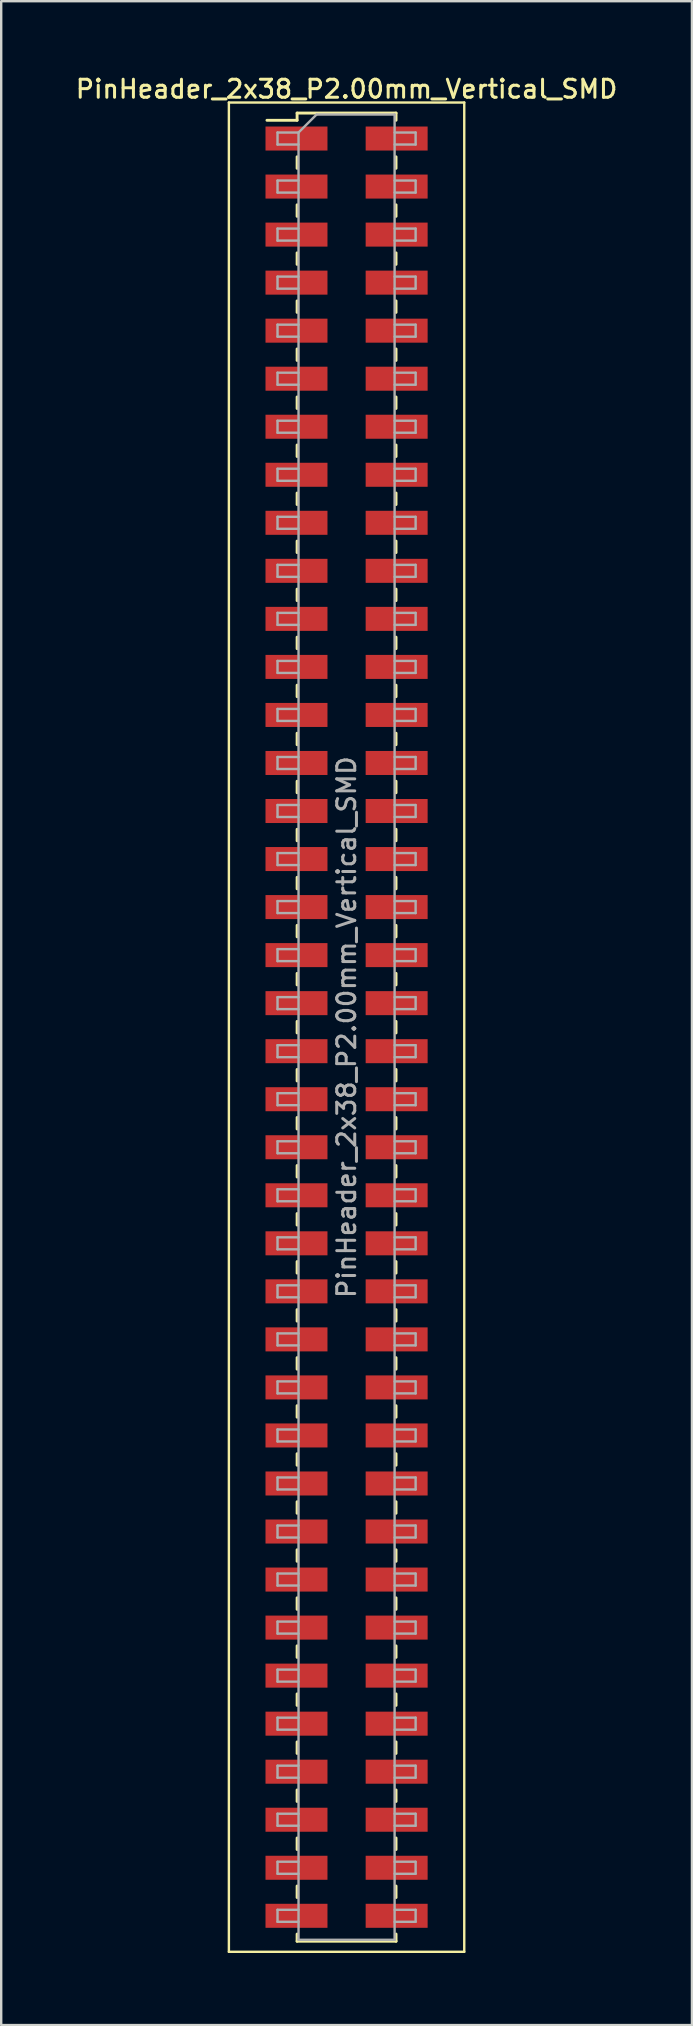
<source format=kicad_pcb>
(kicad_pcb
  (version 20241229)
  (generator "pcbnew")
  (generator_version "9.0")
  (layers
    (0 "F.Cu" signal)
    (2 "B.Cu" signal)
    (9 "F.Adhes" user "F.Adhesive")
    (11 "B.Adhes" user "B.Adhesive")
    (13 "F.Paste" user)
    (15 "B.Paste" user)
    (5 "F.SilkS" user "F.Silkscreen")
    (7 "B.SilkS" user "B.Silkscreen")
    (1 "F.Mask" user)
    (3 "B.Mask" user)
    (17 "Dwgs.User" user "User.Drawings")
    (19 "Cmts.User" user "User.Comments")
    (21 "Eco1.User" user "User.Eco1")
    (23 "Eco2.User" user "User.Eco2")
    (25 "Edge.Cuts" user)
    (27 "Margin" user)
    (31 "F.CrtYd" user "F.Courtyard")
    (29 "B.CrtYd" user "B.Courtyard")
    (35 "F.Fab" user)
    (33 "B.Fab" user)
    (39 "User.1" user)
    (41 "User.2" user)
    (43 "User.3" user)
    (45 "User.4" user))
  (footprint "PinHeader_2x38_P2.00mm_Vertical_SMD"
    (layer "F.Cu")
    (at 11.38 39.718)
    (property "Reference" "PinHeader_2x38_P2.00mm_Vertical_SMD" (at 0 -39.06 0) (layer "F.SilkS") (effects (font (size 0.75 0.75) (thickness 0.125))))
    (attr smd)
    (fp_line (start -4.9 -38.5) (end -4.9 38.5) (stroke (width 0.1) (type solid)) (layer "F.SilkS"))
    (fp_line (start -4.9 38.5) (end 4.9 38.5) (stroke (width 0.1) (type solid)) (layer "F.SilkS"))
    (fp_line (start -3.315 -37.76) (end -2.06 -37.76) (stroke (width 0.12) (type solid)) (layer "F.SilkS"))
    (fp_line (start -2.06 -38.06) (end -2.06 -37.76) (stroke (width 0.12) (type solid)) (layer "F.SilkS"))
    (fp_line (start -2.06 -38.06) (end 2.06 -38.06) (stroke (width 0.12) (type solid)) (layer "F.SilkS"))
    (fp_line (start -2.06 -36.24) (end -2.06 -35.76) (stroke (width 0.12) (type solid)) (layer "F.SilkS"))
    (fp_line (start -2.06 -34.24) (end -2.06 -33.76) (stroke (width 0.12) (type solid)) (layer "F.SilkS"))
    (fp_line (start -2.06 -32.24) (end -2.06 -31.76) (stroke (width 0.12) (type solid)) (layer "F.SilkS"))
    (fp_line (start -2.06 -30.24) (end -2.06 -29.76) (stroke (width 0.12) (type solid)) (layer "F.SilkS"))
    (fp_line (start -2.06 -28.24) (end -2.06 -27.76) (stroke (width 0.12) (type solid)) (layer "F.SilkS"))
    (fp_line (start -2.06 -26.24) (end -2.06 -25.76) (stroke (width 0.12) (type solid)) (layer "F.SilkS"))
    (fp_line (start -2.06 -24.24) (end -2.06 -23.76) (stroke (width 0.12) (type solid)) (layer "F.SilkS"))
    (fp_line (start -2.06 -22.24) (end -2.06 -21.76) (stroke (width 0.12) (type solid)) (layer "F.SilkS"))
    (fp_line (start -2.06 -20.24) (end -2.06 -19.76) (stroke (width 0.12) (type solid)) (layer "F.SilkS"))
    (fp_line (start -2.06 -18.24) (end -2.06 -17.76) (stroke (width 0.12) (type solid)) (layer "F.SilkS"))
    (fp_line (start -2.06 -16.24) (end -2.06 -15.76) (stroke (width 0.12) (type solid)) (layer "F.SilkS"))
    (fp_line (start -2.06 -14.24) (end -2.06 -13.76) (stroke (width 0.12) (type solid)) (layer "F.SilkS"))
    (fp_line (start -2.06 -12.24) (end -2.06 -11.76) (stroke (width 0.12) (type solid)) (layer "F.SilkS"))
    (fp_line (start -2.06 -10.24) (end -2.06 -9.76) (stroke (width 0.12) (type solid)) (layer "F.SilkS"))
    (fp_line (start -2.06 -8.24) (end -2.06 -7.76) (stroke (width 0.12) (type solid)) (layer "F.SilkS"))
    (fp_line (start -2.06 -6.24) (end -2.06 -5.76) (stroke (width 0.12) (type solid)) (layer "F.SilkS"))
    (fp_line (start -2.06 -4.24) (end -2.06 -3.76) (stroke (width 0.12) (type solid)) (layer "F.SilkS"))
    (fp_line (start -2.06 -2.24) (end -2.06 -1.76) (stroke (width 0.12) (type solid)) (layer "F.SilkS"))
    (fp_line (start -2.06 -0.24) (end -2.06 0.24) (stroke (width 0.12) (type solid)) (layer "F.SilkS"))
    (fp_line (start -2.06 1.76) (end -2.06 2.24) (stroke (width 0.12) (type solid)) (layer "F.SilkS"))
    (fp_line (start -2.06 3.76) (end -2.06 4.24) (stroke (width 0.12) (type solid)) (layer "F.SilkS"))
    (fp_line (start -2.06 5.76) (end -2.06 6.24) (stroke (width 0.12) (type solid)) (layer "F.SilkS"))
    (fp_line (start -2.06 7.76) (end -2.06 8.24) (stroke (width 0.12) (type solid)) (layer "F.SilkS"))
    (fp_line (start -2.06 9.76) (end -2.06 10.24) (stroke (width 0.12) (type solid)) (layer "F.SilkS"))
    (fp_line (start -2.06 11.76) (end -2.06 12.24) (stroke (width 0.12) (type solid)) (layer "F.SilkS"))
    (fp_line (start -2.06 13.76) (end -2.06 14.24) (stroke (width 0.12) (type solid)) (layer "F.SilkS"))
    (fp_line (start -2.06 15.76) (end -2.06 16.24) (stroke (width 0.12) (type solid)) (layer "F.SilkS"))
    (fp_line (start -2.06 17.76) (end -2.06 18.24) (stroke (width 0.12) (type solid)) (layer "F.SilkS"))
    (fp_line (start -2.06 19.76) (end -2.06 20.24) (stroke (width 0.12) (type solid)) (layer "F.SilkS"))
    (fp_line (start -2.06 21.76) (end -2.06 22.24) (stroke (width 0.12) (type solid)) (layer "F.SilkS"))
    (fp_line (start -2.06 23.76) (end -2.06 24.24) (stroke (width 0.12) (type solid)) (layer "F.SilkS"))
    (fp_line (start -2.06 25.76) (end -2.06 26.24) (stroke (width 0.12) (type solid)) (layer "F.SilkS"))
    (fp_line (start -2.06 27.76) (end -2.06 28.24) (stroke (width 0.12) (type solid)) (layer "F.SilkS"))
    (fp_line (start -2.06 29.76) (end -2.06 30.24) (stroke (width 0.12) (type solid)) (layer "F.SilkS"))
    (fp_line (start -2.06 31.76) (end -2.06 32.24) (stroke (width 0.12) (type solid)) (layer "F.SilkS"))
    (fp_line (start -2.06 33.76) (end -2.06 34.24) (stroke (width 0.12) (type solid)) (layer "F.SilkS"))
    (fp_line (start -2.06 35.76) (end -2.06 36.24) (stroke (width 0.12) (type solid)) (layer "F.SilkS"))
    (fp_line (start -2.06 37.76) (end -2.06 38.06) (stroke (width 0.12) (type solid)) (layer "F.SilkS"))
    (fp_line (start -2.06 38.06) (end 2.06 38.06) (stroke (width 0.12) (type solid)) (layer "F.SilkS"))
    (fp_line (start 2.06 -38.06) (end 2.06 -37.76) (stroke (width 0.12) (type solid)) (layer "F.SilkS"))
    (fp_line (start 2.06 -36.24) (end 2.06 -35.76) (stroke (width 0.12) (type solid)) (layer "F.SilkS"))
    (fp_line (start 2.06 -34.24) (end 2.06 -33.76) (stroke (width 0.12) (type solid)) (layer "F.SilkS"))
    (fp_line (start 2.06 -32.24) (end 2.06 -31.76) (stroke (width 0.12) (type solid)) (layer "F.SilkS"))
    (fp_line (start 2.06 -30.24) (end 2.06 -29.76) (stroke (width 0.12) (type solid)) (layer "F.SilkS"))
    (fp_line (start 2.06 -28.24) (end 2.06 -27.76) (stroke (width 0.12) (type solid)) (layer "F.SilkS"))
    (fp_line (start 2.06 -26.24) (end 2.06 -25.76) (stroke (width 0.12) (type solid)) (layer "F.SilkS"))
    (fp_line (start 2.06 -24.24) (end 2.06 -23.76) (stroke (width 0.12) (type solid)) (layer "F.SilkS"))
    (fp_line (start 2.06 -22.24) (end 2.06 -21.76) (stroke (width 0.12) (type solid)) (layer "F.SilkS"))
    (fp_line (start 2.06 -20.24) (end 2.06 -19.76) (stroke (width 0.12) (type solid)) (layer "F.SilkS"))
    (fp_line (start 2.06 -18.24) (end 2.06 -17.76) (stroke (width 0.12) (type solid)) (layer "F.SilkS"))
    (fp_line (start 2.06 -16.24) (end 2.06 -15.76) (stroke (width 0.12) (type solid)) (layer "F.SilkS"))
    (fp_line (start 2.06 -14.24) (end 2.06 -13.76) (stroke (width 0.12) (type solid)) (layer "F.SilkS"))
    (fp_line (start 2.06 -12.24) (end 2.06 -11.76) (stroke (width 0.12) (type solid)) (layer "F.SilkS"))
    (fp_line (start 2.06 -10.24) (end 2.06 -9.76) (stroke (width 0.12) (type solid)) (layer "F.SilkS"))
    (fp_line (start 2.06 -8.24) (end 2.06 -7.76) (stroke (width 0.12) (type solid)) (layer "F.SilkS"))
    (fp_line (start 2.06 -6.24) (end 2.06 -5.76) (stroke (width 0.12) (type solid)) (layer "F.SilkS"))
    (fp_line (start 2.06 -4.24) (end 2.06 -3.76) (stroke (width 0.12) (type solid)) (layer "F.SilkS"))
    (fp_line (start 2.06 -2.24) (end 2.06 -1.76) (stroke (width 0.12) (type solid)) (layer "F.SilkS"))
    (fp_line (start 2.06 -0.24) (end 2.06 0.24) (stroke (width 0.12) (type solid)) (layer "F.SilkS"))
    (fp_line (start 2.06 1.76) (end 2.06 2.24) (stroke (width 0.12) (type solid)) (layer "F.SilkS"))
    (fp_line (start 2.06 3.76) (end 2.06 4.24) (stroke (width 0.12) (type solid)) (layer "F.SilkS"))
    (fp_line (start 2.06 5.76) (end 2.06 6.24) (stroke (width 0.12) (type solid)) (layer "F.SilkS"))
    (fp_line (start 2.06 7.76) (end 2.06 8.24) (stroke (width 0.12) (type solid)) (layer "F.SilkS"))
    (fp_line (start 2.06 9.76) (end 2.06 10.24) (stroke (width 0.12) (type solid)) (layer "F.SilkS"))
    (fp_line (start 2.06 11.76) (end 2.06 12.24) (stroke (width 0.12) (type solid)) (layer "F.SilkS"))
    (fp_line (start 2.06 13.76) (end 2.06 14.24) (stroke (width 0.12) (type solid)) (layer "F.SilkS"))
    (fp_line (start 2.06 15.76) (end 2.06 16.24) (stroke (width 0.12) (type solid)) (layer "F.SilkS"))
    (fp_line (start 2.06 17.76) (end 2.06 18.24) (stroke (width 0.12) (type solid)) (layer "F.SilkS"))
    (fp_line (start 2.06 19.76) (end 2.06 20.24) (stroke (width 0.12) (type solid)) (layer "F.SilkS"))
    (fp_line (start 2.06 21.76) (end 2.06 22.24) (stroke (width 0.12) (type solid)) (layer "F.SilkS"))
    (fp_line (start 2.06 23.76) (end 2.06 24.24) (stroke (width 0.12) (type solid)) (layer "F.SilkS"))
    (fp_line (start 2.06 25.76) (end 2.06 26.24) (stroke (width 0.12) (type solid)) (layer "F.SilkS"))
    (fp_line (start 2.06 27.76) (end 2.06 28.24) (stroke (width 0.12) (type solid)) (layer "F.SilkS"))
    (fp_line (start 2.06 29.76) (end 2.06 30.24) (stroke (width 0.12) (type solid)) (layer "F.SilkS"))
    (fp_line (start 2.06 31.76) (end 2.06 32.24) (stroke (width 0.12) (type solid)) (layer "F.SilkS"))
    (fp_line (start 2.06 33.76) (end 2.06 34.24) (stroke (width 0.12) (type solid)) (layer "F.SilkS"))
    (fp_line (start 2.06 35.76) (end 2.06 36.24) (stroke (width 0.12) (type solid)) (layer "F.SilkS"))
    (fp_line (start 2.06 37.76) (end 2.06 38.06) (stroke (width 0.12) (type solid)) (layer "F.SilkS"))
    (fp_line (start 4.9 -38.5) (end -4.9 -38.5) (stroke (width 0.1) (type solid)) (layer "F.SilkS"))
    (fp_line (start 4.9 38.5) (end 4.9 -38.5) (stroke (width 0.1) (type solid)) (layer "F.SilkS"))
    (fp_line (start -2.875 -37.25) (end -2.875 -36.75) (stroke (width 0.1) (type solid)) (layer "F.Fab"))
    (fp_line (start -2.875 -36.75) (end -2 -36.75) (stroke (width 0.1) (type solid)) (layer "F.Fab"))
    (fp_line (start -2.875 -35.25) (end -2.875 -34.75) (stroke (width 0.1) (type solid)) (layer "F.Fab"))
    (fp_line (start -2.875 -34.75) (end -2 -34.75) (stroke (width 0.1) (type solid)) (layer "F.Fab"))
    (fp_line (start -2.875 -33.25) (end -2.875 -32.75) (stroke (width 0.1) (type solid)) (layer "F.Fab"))
    (fp_line (start -2.875 -32.75) (end -2 -32.75) (stroke (width 0.1) (type solid)) (layer "F.Fab"))
    (fp_line (start -2.875 -31.25) (end -2.875 -30.75) (stroke (width 0.1) (type solid)) (layer "F.Fab"))
    (fp_line (start -2.875 -30.75) (end -2 -30.75) (stroke (width 0.1) (type solid)) (layer "F.Fab"))
    (fp_line (start -2.875 -29.25) (end -2.875 -28.75) (stroke (width 0.1) (type solid)) (layer "F.Fab"))
    (fp_line (start -2.875 -28.75) (end -2 -28.75) (stroke (width 0.1) (type solid)) (layer "F.Fab"))
    (fp_line (start -2.875 -27.25) (end -2.875 -26.75) (stroke (width 0.1) (type solid)) (layer "F.Fab"))
    (fp_line (start -2.875 -26.75) (end -2 -26.75) (stroke (width 0.1) (type solid)) (layer "F.Fab"))
    (fp_line (start -2.875 -25.25) (end -2.875 -24.75) (stroke (width 0.1) (type solid)) (layer "F.Fab"))
    (fp_line (start -2.875 -24.75) (end -2 -24.75) (stroke (width 0.1) (type solid)) (layer "F.Fab"))
    (fp_line (start -2.875 -23.25) (end -2.875 -22.75) (stroke (width 0.1) (type solid)) (layer "F.Fab"))
    (fp_line (start -2.875 -22.75) (end -2 -22.75) (stroke (width 0.1) (type solid)) (layer "F.Fab"))
    (fp_line (start -2.875 -21.25) (end -2.875 -20.75) (stroke (width 0.1) (type solid)) (layer "F.Fab"))
    (fp_line (start -2.875 -20.75) (end -2 -20.75) (stroke (width 0.1) (type solid)) (layer "F.Fab"))
    (fp_line (start -2.875 -19.25) (end -2.875 -18.75) (stroke (width 0.1) (type solid)) (layer "F.Fab"))
    (fp_line (start -2.875 -18.75) (end -2 -18.75) (stroke (width 0.1) (type solid)) (layer "F.Fab"))
    (fp_line (start -2.875 -17.25) (end -2.875 -16.75) (stroke (width 0.1) (type solid)) (layer "F.Fab"))
    (fp_line (start -2.875 -16.75) (end -2 -16.75) (stroke (width 0.1) (type solid)) (layer "F.Fab"))
    (fp_line (start -2.875 -15.25) (end -2.875 -14.75) (stroke (width 0.1) (type solid)) (layer "F.Fab"))
    (fp_line (start -2.875 -14.75) (end -2 -14.75) (stroke (width 0.1) (type solid)) (layer "F.Fab"))
    (fp_line (start -2.875 -13.25) (end -2.875 -12.75) (stroke (width 0.1) (type solid)) (layer "F.Fab"))
    (fp_line (start -2.875 -12.75) (end -2 -12.75) (stroke (width 0.1) (type solid)) (layer "F.Fab"))
    (fp_line (start -2.875 -11.25) (end -2.875 -10.75) (stroke (width 0.1) (type solid)) (layer "F.Fab"))
    (fp_line (start -2.875 -10.75) (end -2 -10.75) (stroke (width 0.1) (type solid)) (layer "F.Fab"))
    (fp_line (start -2.875 -9.25) (end -2.875 -8.75) (stroke (width 0.1) (type solid)) (layer "F.Fab"))
    (fp_line (start -2.875 -8.75) (end -2 -8.75) (stroke (width 0.1) (type solid)) (layer "F.Fab"))
    (fp_line (start -2.875 -7.25) (end -2.875 -6.75) (stroke (width 0.1) (type solid)) (layer "F.Fab"))
    (fp_line (start -2.875 -6.75) (end -2 -6.75) (stroke (width 0.1) (type solid)) (layer "F.Fab"))
    (fp_line (start -2.875 -5.25) (end -2.875 -4.75) (stroke (width 0.1) (type solid)) (layer "F.Fab"))
    (fp_line (start -2.875 -4.75) (end -2 -4.75) (stroke (width 0.1) (type solid)) (layer "F.Fab"))
    (fp_line (start -2.875 -3.25) (end -2.875 -2.75) (stroke (width 0.1) (type solid)) (layer "F.Fab"))
    (fp_line (start -2.875 -2.75) (end -2 -2.75) (stroke (width 0.1) (type solid)) (layer "F.Fab"))
    (fp_line (start -2.875 -1.25) (end -2.875 -0.75) (stroke (width 0.1) (type solid)) (layer "F.Fab"))
    (fp_line (start -2.875 -0.75) (end -2 -0.75) (stroke (width 0.1) (type solid)) (layer "F.Fab"))
    (fp_line (start -2.875 0.75) (end -2.875 1.25) (stroke (width 0.1) (type solid)) (layer "F.Fab"))
    (fp_line (start -2.875 1.25) (end -2 1.25) (stroke (width 0.1) (type solid)) (layer "F.Fab"))
    (fp_line (start -2.875 2.75) (end -2.875 3.25) (stroke (width 0.1) (type solid)) (layer "F.Fab"))
    (fp_line (start -2.875 3.25) (end -2 3.25) (stroke (width 0.1) (type solid)) (layer "F.Fab"))
    (fp_line (start -2.875 4.75) (end -2.875 5.25) (stroke (width 0.1) (type solid)) (layer "F.Fab"))
    (fp_line (start -2.875 5.25) (end -2 5.25) (stroke (width 0.1) (type solid)) (layer "F.Fab"))
    (fp_line (start -2.875 6.75) (end -2.875 7.25) (stroke (width 0.1) (type solid)) (layer "F.Fab"))
    (fp_line (start -2.875 7.25) (end -2 7.25) (stroke (width 0.1) (type solid)) (layer "F.Fab"))
    (fp_line (start -2.875 8.75) (end -2.875 9.25) (stroke (width 0.1) (type solid)) (layer "F.Fab"))
    (fp_line (start -2.875 9.25) (end -2 9.25) (stroke (width 0.1) (type solid)) (layer "F.Fab"))
    (fp_line (start -2.875 10.75) (end -2.875 11.25) (stroke (width 0.1) (type solid)) (layer "F.Fab"))
    (fp_line (start -2.875 11.25) (end -2 11.25) (stroke (width 0.1) (type solid)) (layer "F.Fab"))
    (fp_line (start -2.875 12.75) (end -2.875 13.25) (stroke (width 0.1) (type solid)) (layer "F.Fab"))
    (fp_line (start -2.875 13.25) (end -2 13.25) (stroke (width 0.1) (type solid)) (layer "F.Fab"))
    (fp_line (start -2.875 14.75) (end -2.875 15.25) (stroke (width 0.1) (type solid)) (layer "F.Fab"))
    (fp_line (start -2.875 15.25) (end -2 15.25) (stroke (width 0.1) (type solid)) (layer "F.Fab"))
    (fp_line (start -2.875 16.75) (end -2.875 17.25) (stroke (width 0.1) (type solid)) (layer "F.Fab"))
    (fp_line (start -2.875 17.25) (end -2 17.25) (stroke (width 0.1) (type solid)) (layer "F.Fab"))
    (fp_line (start -2.875 18.75) (end -2.875 19.25) (stroke (width 0.1) (type solid)) (layer "F.Fab"))
    (fp_line (start -2.875 19.25) (end -2 19.25) (stroke (width 0.1) (type solid)) (layer "F.Fab"))
    (fp_line (start -2.875 20.75) (end -2.875 21.25) (stroke (width 0.1) (type solid)) (layer "F.Fab"))
    (fp_line (start -2.875 21.25) (end -2 21.25) (stroke (width 0.1) (type solid)) (layer "F.Fab"))
    (fp_line (start -2.875 22.75) (end -2.875 23.25) (stroke (width 0.1) (type solid)) (layer "F.Fab"))
    (fp_line (start -2.875 23.25) (end -2 23.25) (stroke (width 0.1) (type solid)) (layer "F.Fab"))
    (fp_line (start -2.875 24.75) (end -2.875 25.25) (stroke (width 0.1) (type solid)) (layer "F.Fab"))
    (fp_line (start -2.875 25.25) (end -2 25.25) (stroke (width 0.1) (type solid)) (layer "F.Fab"))
    (fp_line (start -2.875 26.75) (end -2.875 27.25) (stroke (width 0.1) (type solid)) (layer "F.Fab"))
    (fp_line (start -2.875 27.25) (end -2 27.25) (stroke (width 0.1) (type solid)) (layer "F.Fab"))
    (fp_line (start -2.875 28.75) (end -2.875 29.25) (stroke (width 0.1) (type solid)) (layer "F.Fab"))
    (fp_line (start -2.875 29.25) (end -2 29.25) (stroke (width 0.1) (type solid)) (layer "F.Fab"))
    (fp_line (start -2.875 30.75) (end -2.875 31.25) (stroke (width 0.1) (type solid)) (layer "F.Fab"))
    (fp_line (start -2.875 31.25) (end -2 31.25) (stroke (width 0.1) (type solid)) (layer "F.Fab"))
    (fp_line (start -2.875 32.75) (end -2.875 33.25) (stroke (width 0.1) (type solid)) (layer "F.Fab"))
    (fp_line (start -2.875 33.25) (end -2 33.25) (stroke (width 0.1) (type solid)) (layer "F.Fab"))
    (fp_line (start -2.875 34.75) (end -2.875 35.25) (stroke (width 0.1) (type solid)) (layer "F.Fab"))
    (fp_line (start -2.875 35.25) (end -2 35.25) (stroke (width 0.1) (type solid)) (layer "F.Fab"))
    (fp_line (start -2.875 36.75) (end -2.875 37.25) (stroke (width 0.1) (type solid)) (layer "F.Fab"))
    (fp_line (start -2.875 37.25) (end -2 37.25) (stroke (width 0.1) (type solid)) (layer "F.Fab"))
    (fp_line (start -2 -37.25) (end -2.875 -37.25) (stroke (width 0.1) (type solid)) (layer "F.Fab"))
    (fp_line (start -2 -37.25) (end -1.25 -38) (stroke (width 0.1) (type solid)) (layer "F.Fab"))
    (fp_line (start -2 -35.25) (end -2.875 -35.25) (stroke (width 0.1) (type solid)) (layer "F.Fab"))
    (fp_line (start -2 -33.25) (end -2.875 -33.25) (stroke (width 0.1) (type solid)) (layer "F.Fab"))
    (fp_line (start -2 -31.25) (end -2.875 -31.25) (stroke (width 0.1) (type solid)) (layer "F.Fab"))
    (fp_line (start -2 -29.25) (end -2.875 -29.25) (stroke (width 0.1) (type solid)) (layer "F.Fab"))
    (fp_line (start -2 -27.25) (end -2.875 -27.25) (stroke (width 0.1) (type solid)) (layer "F.Fab"))
    (fp_line (start -2 -25.25) (end -2.875 -25.25) (stroke (width 0.1) (type solid)) (layer "F.Fab"))
    (fp_line (start -2 -23.25) (end -2.875 -23.25) (stroke (width 0.1) (type solid)) (layer "F.Fab"))
    (fp_line (start -2 -21.25) (end -2.875 -21.25) (stroke (width 0.1) (type solid)) (layer "F.Fab"))
    (fp_line (start -2 -19.25) (end -2.875 -19.25) (stroke (width 0.1) (type solid)) (layer "F.Fab"))
    (fp_line (start -2 -17.25) (end -2.875 -17.25) (stroke (width 0.1) (type solid)) (layer "F.Fab"))
    (fp_line (start -2 -15.25) (end -2.875 -15.25) (stroke (width 0.1) (type solid)) (layer "F.Fab"))
    (fp_line (start -2 -13.25) (end -2.875 -13.25) (stroke (width 0.1) (type solid)) (layer "F.Fab"))
    (fp_line (start -2 -11.25) (end -2.875 -11.25) (stroke (width 0.1) (type solid)) (layer "F.Fab"))
    (fp_line (start -2 -9.25) (end -2.875 -9.25) (stroke (width 0.1) (type solid)) (layer "F.Fab"))
    (fp_line (start -2 -7.25) (end -2.875 -7.25) (stroke (width 0.1) (type solid)) (layer "F.Fab"))
    (fp_line (start -2 -5.25) (end -2.875 -5.25) (stroke (width 0.1) (type solid)) (layer "F.Fab"))
    (fp_line (start -2 -3.25) (end -2.875 -3.25) (stroke (width 0.1) (type solid)) (layer "F.Fab"))
    (fp_line (start -2 -1.25) (end -2.875 -1.25) (stroke (width 0.1) (type solid)) (layer "F.Fab"))
    (fp_line (start -2 0.75) (end -2.875 0.75) (stroke (width 0.1) (type solid)) (layer "F.Fab"))
    (fp_line (start -2 2.75) (end -2.875 2.75) (stroke (width 0.1) (type solid)) (layer "F.Fab"))
    (fp_line (start -2 4.75) (end -2.875 4.75) (stroke (width 0.1) (type solid)) (layer "F.Fab"))
    (fp_line (start -2 6.75) (end -2.875 6.75) (stroke (width 0.1) (type solid)) (layer "F.Fab"))
    (fp_line (start -2 8.75) (end -2.875 8.75) (stroke (width 0.1) (type solid)) (layer "F.Fab"))
    (fp_line (start -2 10.75) (end -2.875 10.75) (stroke (width 0.1) (type solid)) (layer "F.Fab"))
    (fp_line (start -2 12.75) (end -2.875 12.75) (stroke (width 0.1) (type solid)) (layer "F.Fab"))
    (fp_line (start -2 14.75) (end -2.875 14.75) (stroke (width 0.1) (type solid)) (layer "F.Fab"))
    (fp_line (start -2 16.75) (end -2.875 16.75) (stroke (width 0.1) (type solid)) (layer "F.Fab"))
    (fp_line (start -2 18.75) (end -2.875 18.75) (stroke (width 0.1) (type solid)) (layer "F.Fab"))
    (fp_line (start -2 20.75) (end -2.875 20.75) (stroke (width 0.1) (type solid)) (layer "F.Fab"))
    (fp_line (start -2 22.75) (end -2.875 22.75) (stroke (width 0.1) (type solid)) (layer "F.Fab"))
    (fp_line (start -2 24.75) (end -2.875 24.75) (stroke (width 0.1) (type solid)) (layer "F.Fab"))
    (fp_line (start -2 26.75) (end -2.875 26.75) (stroke (width 0.1) (type solid)) (layer "F.Fab"))
    (fp_line (start -2 28.75) (end -2.875 28.75) (stroke (width 0.1) (type solid)) (layer "F.Fab"))
    (fp_line (start -2 30.75) (end -2.875 30.75) (stroke (width 0.1) (type solid)) (layer "F.Fab"))
    (fp_line (start -2 32.75) (end -2.875 32.75) (stroke (width 0.1) (type solid)) (layer "F.Fab"))
    (fp_line (start -2 34.75) (end -2.875 34.75) (stroke (width 0.1) (type solid)) (layer "F.Fab"))
    (fp_line (start -2 36.75) (end -2.875 36.75) (stroke (width 0.1) (type solid)) (layer "F.Fab"))
    (fp_line (start -2 38) (end -2 -37.25) (stroke (width 0.1) (type solid)) (layer "F.Fab"))
    (fp_line (start -1.25 -38) (end 2 -38) (stroke (width 0.1) (type solid)) (layer "F.Fab"))
    (fp_line (start 2 -38) (end 2 38) (stroke (width 0.1) (type solid)) (layer "F.Fab"))
    (fp_line (start 2 -37.25) (end 2.875 -37.25) (stroke (width 0.1) (type solid)) (layer "F.Fab"))
    (fp_line (start 2 -35.25) (end 2.875 -35.25) (stroke (width 0.1) (type solid)) (layer "F.Fab"))
    (fp_line (start 2 -33.25) (end 2.875 -33.25) (stroke (width 0.1) (type solid)) (layer "F.Fab"))
    (fp_line (start 2 -31.25) (end 2.875 -31.25) (stroke (width 0.1) (type solid)) (layer "F.Fab"))
    (fp_line (start 2 -29.25) (end 2.875 -29.25) (stroke (width 0.1) (type solid)) (layer "F.Fab"))
    (fp_line (start 2 -27.25) (end 2.875 -27.25) (stroke (width 0.1) (type solid)) (layer "F.Fab"))
    (fp_line (start 2 -25.25) (end 2.875 -25.25) (stroke (width 0.1) (type solid)) (layer "F.Fab"))
    (fp_line (start 2 -23.25) (end 2.875 -23.25) (stroke (width 0.1) (type solid)) (layer "F.Fab"))
    (fp_line (start 2 -21.25) (end 2.875 -21.25) (stroke (width 0.1) (type solid)) (layer "F.Fab"))
    (fp_line (start 2 -19.25) (end 2.875 -19.25) (stroke (width 0.1) (type solid)) (layer "F.Fab"))
    (fp_line (start 2 -17.25) (end 2.875 -17.25) (stroke (width 0.1) (type solid)) (layer "F.Fab"))
    (fp_line (start 2 -15.25) (end 2.875 -15.25) (stroke (width 0.1) (type solid)) (layer "F.Fab"))
    (fp_line (start 2 -13.25) (end 2.875 -13.25) (stroke (width 0.1) (type solid)) (layer "F.Fab"))
    (fp_line (start 2 -11.25) (end 2.875 -11.25) (stroke (width 0.1) (type solid)) (layer "F.Fab"))
    (fp_line (start 2 -9.25) (end 2.875 -9.25) (stroke (width 0.1) (type solid)) (layer "F.Fab"))
    (fp_line (start 2 -7.25) (end 2.875 -7.25) (stroke (width 0.1) (type solid)) (layer "F.Fab"))
    (fp_line (start 2 -5.25) (end 2.875 -5.25) (stroke (width 0.1) (type solid)) (layer "F.Fab"))
    (fp_line (start 2 -3.25) (end 2.875 -3.25) (stroke (width 0.1) (type solid)) (layer "F.Fab"))
    (fp_line (start 2 -1.25) (end 2.875 -1.25) (stroke (width 0.1) (type solid)) (layer "F.Fab"))
    (fp_line (start 2 0.75) (end 2.875 0.75) (stroke (width 0.1) (type solid)) (layer "F.Fab"))
    (fp_line (start 2 2.75) (end 2.875 2.75) (stroke (width 0.1) (type solid)) (layer "F.Fab"))
    (fp_line (start 2 4.75) (end 2.875 4.75) (stroke (width 0.1) (type solid)) (layer "F.Fab"))
    (fp_line (start 2 6.75) (end 2.875 6.75) (stroke (width 0.1) (type solid)) (layer "F.Fab"))
    (fp_line (start 2 8.75) (end 2.875 8.75) (stroke (width 0.1) (type solid)) (layer "F.Fab"))
    (fp_line (start 2 10.75) (end 2.875 10.75) (stroke (width 0.1) (type solid)) (layer "F.Fab"))
    (fp_line (start 2 12.75) (end 2.875 12.75) (stroke (width 0.1) (type solid)) (layer "F.Fab"))
    (fp_line (start 2 14.75) (end 2.875 14.75) (stroke (width 0.1) (type solid)) (layer "F.Fab"))
    (fp_line (start 2 16.75) (end 2.875 16.75) (stroke (width 0.1) (type solid)) (layer "F.Fab"))
    (fp_line (start 2 18.75) (end 2.875 18.75) (stroke (width 0.1) (type solid)) (layer "F.Fab"))
    (fp_line (start 2 20.75) (end 2.875 20.75) (stroke (width 0.1) (type solid)) (layer "F.Fab"))
    (fp_line (start 2 22.75) (end 2.875 22.75) (stroke (width 0.1) (type solid)) (layer "F.Fab"))
    (fp_line (start 2 24.75) (end 2.875 24.75) (stroke (width 0.1) (type solid)) (layer "F.Fab"))
    (fp_line (start 2 26.75) (end 2.875 26.75) (stroke (width 0.1) (type solid)) (layer "F.Fab"))
    (fp_line (start 2 28.75) (end 2.875 28.75) (stroke (width 0.1) (type solid)) (layer "F.Fab"))
    (fp_line (start 2 30.75) (end 2.875 30.75) (stroke (width 0.1) (type solid)) (layer "F.Fab"))
    (fp_line (start 2 32.75) (end 2.875 32.75) (stroke (width 0.1) (type solid)) (layer "F.Fab"))
    (fp_line (start 2 34.75) (end 2.875 34.75) (stroke (width 0.1) (type solid)) (layer "F.Fab"))
    (fp_line (start 2 36.75) (end 2.875 36.75) (stroke (width 0.1) (type solid)) (layer "F.Fab"))
    (fp_line (start 2 38) (end -2 38) (stroke (width 0.1) (type solid)) (layer "F.Fab"))
    (fp_line (start 2.875 -37.25) (end 2.875 -36.75) (stroke (width 0.1) (type solid)) (layer "F.Fab"))
    (fp_line (start 2.875 -36.75) (end 2 -36.75) (stroke (width 0.1) (type solid)) (layer "F.Fab"))
    (fp_line (start 2.875 -35.25) (end 2.875 -34.75) (stroke (width 0.1) (type solid)) (layer "F.Fab"))
    (fp_line (start 2.875 -34.75) (end 2 -34.75) (stroke (width 0.1) (type solid)) (layer "F.Fab"))
    (fp_line (start 2.875 -33.25) (end 2.875 -32.75) (stroke (width 0.1) (type solid)) (layer "F.Fab"))
    (fp_line (start 2.875 -32.75) (end 2 -32.75) (stroke (width 0.1) (type solid)) (layer "F.Fab"))
    (fp_line (start 2.875 -31.25) (end 2.875 -30.75) (stroke (width 0.1) (type solid)) (layer "F.Fab"))
    (fp_line (start 2.875 -30.75) (end 2 -30.75) (stroke (width 0.1) (type solid)) (layer "F.Fab"))
    (fp_line (start 2.875 -29.25) (end 2.875 -28.75) (stroke (width 0.1) (type solid)) (layer "F.Fab"))
    (fp_line (start 2.875 -28.75) (end 2 -28.75) (stroke (width 0.1) (type solid)) (layer "F.Fab"))
    (fp_line (start 2.875 -27.25) (end 2.875 -26.75) (stroke (width 0.1) (type solid)) (layer "F.Fab"))
    (fp_line (start 2.875 -26.75) (end 2 -26.75) (stroke (width 0.1) (type solid)) (layer "F.Fab"))
    (fp_line (start 2.875 -25.25) (end 2.875 -24.75) (stroke (width 0.1) (type solid)) (layer "F.Fab"))
    (fp_line (start 2.875 -24.75) (end 2 -24.75) (stroke (width 0.1) (type solid)) (layer "F.Fab"))
    (fp_line (start 2.875 -23.25) (end 2.875 -22.75) (stroke (width 0.1) (type solid)) (layer "F.Fab"))
    (fp_line (start 2.875 -22.75) (end 2 -22.75) (stroke (width 0.1) (type solid)) (layer "F.Fab"))
    (fp_line (start 2.875 -21.25) (end 2.875 -20.75) (stroke (width 0.1) (type solid)) (layer "F.Fab"))
    (fp_line (start 2.875 -20.75) (end 2 -20.75) (stroke (width 0.1) (type solid)) (layer "F.Fab"))
    (fp_line (start 2.875 -19.25) (end 2.875 -18.75) (stroke (width 0.1) (type solid)) (layer "F.Fab"))
    (fp_line (start 2.875 -18.75) (end 2 -18.75) (stroke (width 0.1) (type solid)) (layer "F.Fab"))
    (fp_line (start 2.875 -17.25) (end 2.875 -16.75) (stroke (width 0.1) (type solid)) (layer "F.Fab"))
    (fp_line (start 2.875 -16.75) (end 2 -16.75) (stroke (width 0.1) (type solid)) (layer "F.Fab"))
    (fp_line (start 2.875 -15.25) (end 2.875 -14.75) (stroke (width 0.1) (type solid)) (layer "F.Fab"))
    (fp_line (start 2.875 -14.75) (end 2 -14.75) (stroke (width 0.1) (type solid)) (layer "F.Fab"))
    (fp_line (start 2.875 -13.25) (end 2.875 -12.75) (stroke (width 0.1) (type solid)) (layer "F.Fab"))
    (fp_line (start 2.875 -12.75) (end 2 -12.75) (stroke (width 0.1) (type solid)) (layer "F.Fab"))
    (fp_line (start 2.875 -11.25) (end 2.875 -10.75) (stroke (width 0.1) (type solid)) (layer "F.Fab"))
    (fp_line (start 2.875 -10.75) (end 2 -10.75) (stroke (width 0.1) (type solid)) (layer "F.Fab"))
    (fp_line (start 2.875 -9.25) (end 2.875 -8.75) (stroke (width 0.1) (type solid)) (layer "F.Fab"))
    (fp_line (start 2.875 -8.75) (end 2 -8.75) (stroke (width 0.1) (type solid)) (layer "F.Fab"))
    (fp_line (start 2.875 -7.25) (end 2.875 -6.75) (stroke (width 0.1) (type solid)) (layer "F.Fab"))
    (fp_line (start 2.875 -6.75) (end 2 -6.75) (stroke (width 0.1) (type solid)) (layer "F.Fab"))
    (fp_line (start 2.875 -5.25) (end 2.875 -4.75) (stroke (width 0.1) (type solid)) (layer "F.Fab"))
    (fp_line (start 2.875 -4.75) (end 2 -4.75) (stroke (width 0.1) (type solid)) (layer "F.Fab"))
    (fp_line (start 2.875 -3.25) (end 2.875 -2.75) (stroke (width 0.1) (type solid)) (layer "F.Fab"))
    (fp_line (start 2.875 -2.75) (end 2 -2.75) (stroke (width 0.1) (type solid)) (layer "F.Fab"))
    (fp_line (start 2.875 -1.25) (end 2.875 -0.75) (stroke (width 0.1) (type solid)) (layer "F.Fab"))
    (fp_line (start 2.875 -0.75) (end 2 -0.75) (stroke (width 0.1) (type solid)) (layer "F.Fab"))
    (fp_line (start 2.875 0.75) (end 2.875 1.25) (stroke (width 0.1) (type solid)) (layer "F.Fab"))
    (fp_line (start 2.875 1.25) (end 2 1.25) (stroke (width 0.1) (type solid)) (layer "F.Fab"))
    (fp_line (start 2.875 2.75) (end 2.875 3.25) (stroke (width 0.1) (type solid)) (layer "F.Fab"))
    (fp_line (start 2.875 3.25) (end 2 3.25) (stroke (width 0.1) (type solid)) (layer "F.Fab"))
    (fp_line (start 2.875 4.75) (end 2.875 5.25) (stroke (width 0.1) (type solid)) (layer "F.Fab"))
    (fp_line (start 2.875 5.25) (end 2 5.25) (stroke (width 0.1) (type solid)) (layer "F.Fab"))
    (fp_line (start 2.875 6.75) (end 2.875 7.25) (stroke (width 0.1) (type solid)) (layer "F.Fab"))
    (fp_line (start 2.875 7.25) (end 2 7.25) (stroke (width 0.1) (type solid)) (layer "F.Fab"))
    (fp_line (start 2.875 8.75) (end 2.875 9.25) (stroke (width 0.1) (type solid)) (layer "F.Fab"))
    (fp_line (start 2.875 9.25) (end 2 9.25) (stroke (width 0.1) (type solid)) (layer "F.Fab"))
    (fp_line (start 2.875 10.75) (end 2.875 11.25) (stroke (width 0.1) (type solid)) (layer "F.Fab"))
    (fp_line (start 2.875 11.25) (end 2 11.25) (stroke (width 0.1) (type solid)) (layer "F.Fab"))
    (fp_line (start 2.875 12.75) (end 2.875 13.25) (stroke (width 0.1) (type solid)) (layer "F.Fab"))
    (fp_line (start 2.875 13.25) (end 2 13.25) (stroke (width 0.1) (type solid)) (layer "F.Fab"))
    (fp_line (start 2.875 14.75) (end 2.875 15.25) (stroke (width 0.1) (type solid)) (layer "F.Fab"))
    (fp_line (start 2.875 15.25) (end 2 15.25) (stroke (width 0.1) (type solid)) (layer "F.Fab"))
    (fp_line (start 2.875 16.75) (end 2.875 17.25) (stroke (width 0.1) (type solid)) (layer "F.Fab"))
    (fp_line (start 2.875 17.25) (end 2 17.25) (stroke (width 0.1) (type solid)) (layer "F.Fab"))
    (fp_line (start 2.875 18.75) (end 2.875 19.25) (stroke (width 0.1) (type solid)) (layer "F.Fab"))
    (fp_line (start 2.875 19.25) (end 2 19.25) (stroke (width 0.1) (type solid)) (layer "F.Fab"))
    (fp_line (start 2.875 20.75) (end 2.875 21.25) (stroke (width 0.1) (type solid)) (layer "F.Fab"))
    (fp_line (start 2.875 21.25) (end 2 21.25) (stroke (width 0.1) (type solid)) (layer "F.Fab"))
    (fp_line (start 2.875 22.75) (end 2.875 23.25) (stroke (width 0.1) (type solid)) (layer "F.Fab"))
    (fp_line (start 2.875 23.25) (end 2 23.25) (stroke (width 0.1) (type solid)) (layer "F.Fab"))
    (fp_line (start 2.875 24.75) (end 2.875 25.25) (stroke (width 0.1) (type solid)) (layer "F.Fab"))
    (fp_line (start 2.875 25.25) (end 2 25.25) (stroke (width 0.1) (type solid)) (layer "F.Fab"))
    (fp_line (start 2.875 26.75) (end 2.875 27.25) (stroke (width 0.1) (type solid)) (layer "F.Fab"))
    (fp_line (start 2.875 27.25) (end 2 27.25) (stroke (width 0.1) (type solid)) (layer "F.Fab"))
    (fp_line (start 2.875 28.75) (end 2.875 29.25) (stroke (width 0.1) (type solid)) (layer "F.Fab"))
    (fp_line (start 2.875 29.25) (end 2 29.25) (stroke (width 0.1) (type solid)) (layer "F.Fab"))
    (fp_line (start 2.875 30.75) (end 2.875 31.25) (stroke (width 0.1) (type solid)) (layer "F.Fab"))
    (fp_line (start 2.875 31.25) (end 2 31.25) (stroke (width 0.1) (type solid)) (layer "F.Fab"))
    (fp_line (start 2.875 32.75) (end 2.875 33.25) (stroke (width 0.1) (type solid)) (layer "F.Fab"))
    (fp_line (start 2.875 33.25) (end 2 33.25) (stroke (width 0.1) (type solid)) (layer "F.Fab"))
    (fp_line (start 2.875 34.75) (end 2.875 35.25) (stroke (width 0.1) (type solid)) (layer "F.Fab"))
    (fp_line (start 2.875 35.25) (end 2 35.25) (stroke (width 0.1) (type solid)) (layer "F.Fab"))
    (fp_line (start 2.875 36.75) (end 2.875 37.25) (stroke (width 0.1) (type solid)) (layer "F.Fab"))
    (fp_line (start 2.875 37.25) (end 2 37.25) (stroke (width 0.1) (type solid)) (layer "F.Fab"))
    (fp_text user "${REFERENCE}" (at 0 0 90) (layer "F.Fab") (effects (font (size 0.75 0.75) (thickness 0.125))))
    (pad "1" smd rect (at -2.085 -37) (size 2.58 1) (layers "F.Cu" "F.Mask" "F.Paste"))
    (pad "2" smd rect (at 2.085 -37) (size 2.58 1) (layers "F.Cu" "F.Mask" "F.Paste"))
    (pad "3" smd rect (at -2.085 -35) (size 2.58 1) (layers "F.Cu" "F.Mask" "F.Paste"))
    (pad "4" smd rect (at 2.085 -35) (size 2.58 1) (layers "F.Cu" "F.Mask" "F.Paste"))
    (pad "5" smd rect (at -2.085 -33) (size 2.58 1) (layers "F.Cu" "F.Mask" "F.Paste"))
    (pad "6" smd rect (at 2.085 -33) (size 2.58 1) (layers "F.Cu" "F.Mask" "F.Paste"))
    (pad "7" smd rect (at -2.085 -31) (size 2.58 1) (layers "F.Cu" "F.Mask" "F.Paste"))
    (pad "8" smd rect (at 2.085 -31) (size 2.58 1) (layers "F.Cu" "F.Mask" "F.Paste"))
    (pad "9" smd rect (at -2.085 -29) (size 2.58 1) (layers "F.Cu" "F.Mask" "F.Paste"))
    (pad "10" smd rect (at 2.085 -29) (size 2.58 1) (layers "F.Cu" "F.Mask" "F.Paste"))
    (pad "11" smd rect (at -2.085 -27) (size 2.58 1) (layers "F.Cu" "F.Mask" "F.Paste"))
    (pad "12" smd rect (at 2.085 -27) (size 2.58 1) (layers "F.Cu" "F.Mask" "F.Paste"))
    (pad "13" smd rect (at -2.085 -25) (size 2.58 1) (layers "F.Cu" "F.Mask" "F.Paste"))
    (pad "14" smd rect (at 2.085 -25) (size 2.58 1) (layers "F.Cu" "F.Mask" "F.Paste"))
    (pad "15" smd rect (at -2.085 -23) (size 2.58 1) (layers "F.Cu" "F.Mask" "F.Paste"))
    (pad "16" smd rect (at 2.085 -23) (size 2.58 1) (layers "F.Cu" "F.Mask" "F.Paste"))
    (pad "17" smd rect (at -2.085 -21) (size 2.58 1) (layers "F.Cu" "F.Mask" "F.Paste"))
    (pad "18" smd rect (at 2.085 -21) (size 2.58 1) (layers "F.Cu" "F.Mask" "F.Paste"))
    (pad "19" smd rect (at -2.085 -19) (size 2.58 1) (layers "F.Cu" "F.Mask" "F.Paste"))
    (pad "20" smd rect (at 2.085 -19) (size 2.58 1) (layers "F.Cu" "F.Mask" "F.Paste"))
    (pad "21" smd rect (at -2.085 -17) (size 2.58 1) (layers "F.Cu" "F.Mask" "F.Paste"))
    (pad "22" smd rect (at 2.085 -17) (size 2.58 1) (layers "F.Cu" "F.Mask" "F.Paste"))
    (pad "23" smd rect (at -2.085 -15) (size 2.58 1) (layers "F.Cu" "F.Mask" "F.Paste"))
    (pad "24" smd rect (at 2.085 -15) (size 2.58 1) (layers "F.Cu" "F.Mask" "F.Paste"))
    (pad "25" smd rect (at -2.085 -13) (size 2.58 1) (layers "F.Cu" "F.Mask" "F.Paste"))
    (pad "26" smd rect (at 2.085 -13) (size 2.58 1) (layers "F.Cu" "F.Mask" "F.Paste"))
    (pad "27" smd rect (at -2.085 -11) (size 2.58 1) (layers "F.Cu" "F.Mask" "F.Paste"))
    (pad "28" smd rect (at 2.085 -11) (size 2.58 1) (layers "F.Cu" "F.Mask" "F.Paste"))
    (pad "29" smd rect (at -2.085 -9) (size 2.58 1) (layers "F.Cu" "F.Mask" "F.Paste"))
    (pad "30" smd rect (at 2.085 -9) (size 2.58 1) (layers "F.Cu" "F.Mask" "F.Paste"))
    (pad "31" smd rect (at -2.085 -7) (size 2.58 1) (layers "F.Cu" "F.Mask" "F.Paste"))
    (pad "32" smd rect (at 2.085 -7) (size 2.58 1) (layers "F.Cu" "F.Mask" "F.Paste"))
    (pad "33" smd rect (at -2.085 -5) (size 2.58 1) (layers "F.Cu" "F.Mask" "F.Paste"))
    (pad "34" smd rect (at 2.085 -5) (size 2.58 1) (layers "F.Cu" "F.Mask" "F.Paste"))
    (pad "35" smd rect (at -2.085 -3) (size 2.58 1) (layers "F.Cu" "F.Mask" "F.Paste"))
    (pad "36" smd rect (at 2.085 -3) (size 2.58 1) (layers "F.Cu" "F.Mask" "F.Paste"))
    (pad "37" smd rect (at -2.085 -1) (size 2.58 1) (layers "F.Cu" "F.Mask" "F.Paste"))
    (pad "38" smd rect (at 2.085 -1) (size 2.58 1) (layers "F.Cu" "F.Mask" "F.Paste"))
    (pad "39" smd rect (at -2.085 1) (size 2.58 1) (layers "F.Cu" "F.Mask" "F.Paste"))
    (pad "40" smd rect (at 2.085 1) (size 2.58 1) (layers "F.Cu" "F.Mask" "F.Paste"))
    (pad "41" smd rect (at -2.085 3) (size 2.58 1) (layers "F.Cu" "F.Mask" "F.Paste"))
    (pad "42" smd rect (at 2.085 3) (size 2.58 1) (layers "F.Cu" "F.Mask" "F.Paste"))
    (pad "43" smd rect (at -2.085 5) (size 2.58 1) (layers "F.Cu" "F.Mask" "F.Paste"))
    (pad "44" smd rect (at 2.085 5) (size 2.58 1) (layers "F.Cu" "F.Mask" "F.Paste"))
    (pad "45" smd rect (at -2.085 7) (size 2.58 1) (layers "F.Cu" "F.Mask" "F.Paste"))
    (pad "46" smd rect (at 2.085 7) (size 2.58 1) (layers "F.Cu" "F.Mask" "F.Paste"))
    (pad "47" smd rect (at -2.085 9) (size 2.58 1) (layers "F.Cu" "F.Mask" "F.Paste"))
    (pad "48" smd rect (at 2.085 9) (size 2.58 1) (layers "F.Cu" "F.Mask" "F.Paste"))
    (pad "49" smd rect (at -2.085 11) (size 2.58 1) (layers "F.Cu" "F.Mask" "F.Paste"))
    (pad "50" smd rect (at 2.085 11) (size 2.58 1) (layers "F.Cu" "F.Mask" "F.Paste"))
    (pad "51" smd rect (at -2.085 13) (size 2.58 1) (layers "F.Cu" "F.Mask" "F.Paste"))
    (pad "52" smd rect (at 2.085 13) (size 2.58 1) (layers "F.Cu" "F.Mask" "F.Paste"))
    (pad "53" smd rect (at -2.085 15) (size 2.58 1) (layers "F.Cu" "F.Mask" "F.Paste"))
    (pad "54" smd rect (at 2.085 15) (size 2.58 1) (layers "F.Cu" "F.Mask" "F.Paste"))
    (pad "55" smd rect (at -2.085 17) (size 2.58 1) (layers "F.Cu" "F.Mask" "F.Paste"))
    (pad "56" smd rect (at 2.085 17) (size 2.58 1) (layers "F.Cu" "F.Mask" "F.Paste"))
    (pad "57" smd rect (at -2.085 19) (size 2.58 1) (layers "F.Cu" "F.Mask" "F.Paste"))
    (pad "58" smd rect (at 2.085 19) (size 2.58 1) (layers "F.Cu" "F.Mask" "F.Paste"))
    (pad "59" smd rect (at -2.085 21) (size 2.58 1) (layers "F.Cu" "F.Mask" "F.Paste"))
    (pad "60" smd rect (at 2.085 21) (size 2.58 1) (layers "F.Cu" "F.Mask" "F.Paste"))
    (pad "61" smd rect (at -2.085 23) (size 2.58 1) (layers "F.Cu" "F.Mask" "F.Paste"))
    (pad "62" smd rect (at 2.085 23) (size 2.58 1) (layers "F.Cu" "F.Mask" "F.Paste"))
    (pad "63" smd rect (at -2.085 25) (size 2.58 1) (layers "F.Cu" "F.Mask" "F.Paste"))
    (pad "64" smd rect (at 2.085 25) (size 2.58 1) (layers "F.Cu" "F.Mask" "F.Paste"))
    (pad "65" smd rect (at -2.085 27) (size 2.58 1) (layers "F.Cu" "F.Mask" "F.Paste"))
    (pad "66" smd rect (at 2.085 27) (size 2.58 1) (layers "F.Cu" "F.Mask" "F.Paste"))
    (pad "67" smd rect (at -2.085 29) (size 2.58 1) (layers "F.Cu" "F.Mask" "F.Paste"))
    (pad "68" smd rect (at 2.085 29) (size 2.58 1) (layers "F.Cu" "F.Mask" "F.Paste"))
    (pad "69" smd rect (at -2.085 31) (size 2.58 1) (layers "F.Cu" "F.Mask" "F.Paste"))
    (pad "70" smd rect (at 2.085 31) (size 2.58 1) (layers "F.Cu" "F.Mask" "F.Paste"))
    (pad "71" smd rect (at -2.085 33) (size 2.58 1) (layers "F.Cu" "F.Mask" "F.Paste"))
    (pad "72" smd rect (at 2.085 33) (size 2.58 1) (layers "F.Cu" "F.Mask" "F.Paste"))
    (pad "73" smd rect (at -2.085 35) (size 2.58 1) (layers "F.Cu" "F.Mask" "F.Paste"))
    (pad "74" smd rect (at 2.085 35) (size 2.58 1) (layers "F.Cu" "F.Mask" "F.Paste"))
    (pad "75" smd rect (at -2.085 37) (size 2.58 1) (layers "F.Cu" "F.Mask" "F.Paste"))
    (pad "76" smd rect (at 2.085 37) (size 2.58 1) (layers "F.Cu" "F.Mask" "F.Paste")))
  (gr_rect
    (start -3 -3)
    (end 25.761 81.268)
    (stroke (width 0.1) (type default))
    (fill no)
    (layer "Edge.Cuts")))
</source>
